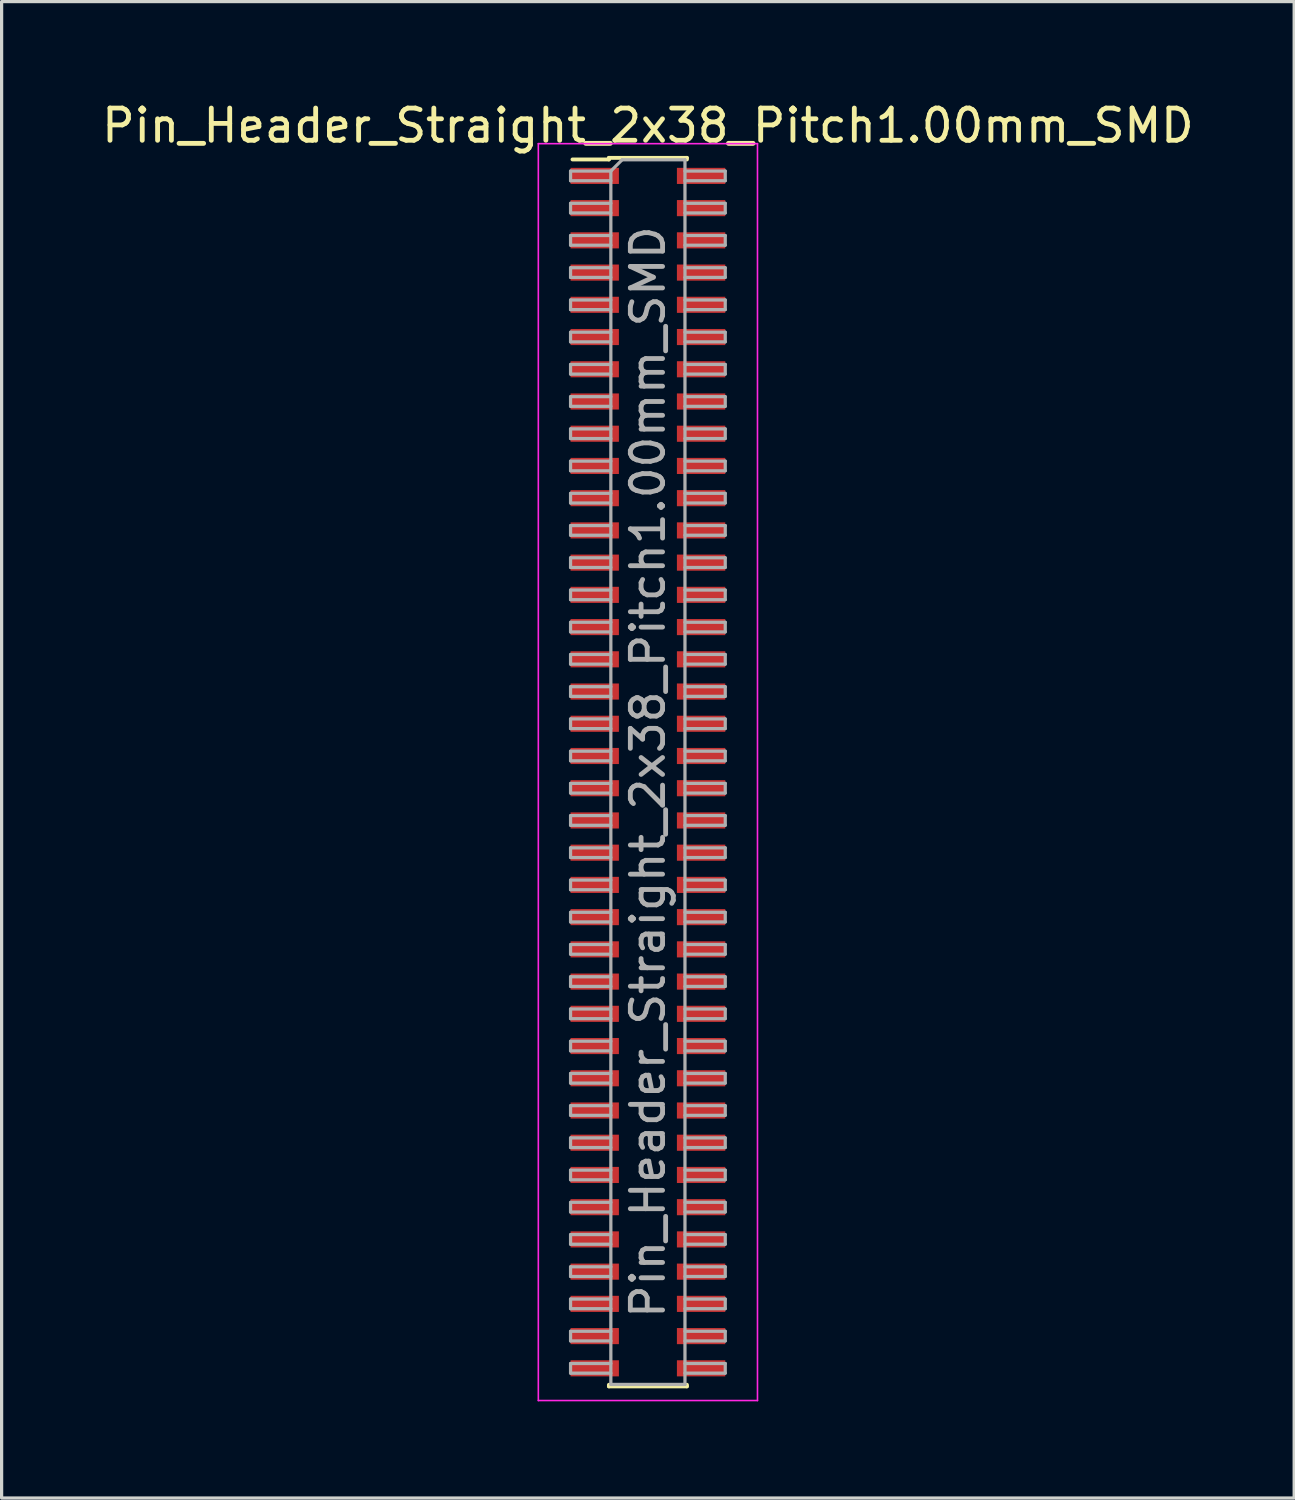
<source format=kicad_pcb>
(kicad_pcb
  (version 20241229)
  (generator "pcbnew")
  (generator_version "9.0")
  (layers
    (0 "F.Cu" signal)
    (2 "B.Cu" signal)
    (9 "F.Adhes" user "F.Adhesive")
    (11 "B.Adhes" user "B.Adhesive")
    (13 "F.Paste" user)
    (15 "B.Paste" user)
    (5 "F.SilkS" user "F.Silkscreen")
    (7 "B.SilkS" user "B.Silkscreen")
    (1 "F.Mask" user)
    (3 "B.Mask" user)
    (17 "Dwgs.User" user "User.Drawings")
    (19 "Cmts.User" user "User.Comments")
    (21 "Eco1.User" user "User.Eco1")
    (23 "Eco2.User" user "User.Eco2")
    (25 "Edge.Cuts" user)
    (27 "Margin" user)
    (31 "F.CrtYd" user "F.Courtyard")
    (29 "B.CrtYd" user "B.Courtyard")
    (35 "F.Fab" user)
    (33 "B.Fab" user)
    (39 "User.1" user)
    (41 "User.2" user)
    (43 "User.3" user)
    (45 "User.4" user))
  (footprint "Pin_Header_Straight_2x38_Pitch1.00mm_SMD"
    (layer "F.Cu")
    (at 17.054 20.908)
    (property "Reference" "Pin_Header_Straight_2x38_Pitch1.00mm_SMD" (at 0 -20.06 0) (layer "F.SilkS") (effects (font (size 1 1) (thickness 0.15))))
    (attr smd)
    (fp_line (start -2.34 -19.01) (end -1.21 -19.01) (stroke (width 0.12) (type solid)) (layer "F.SilkS"))
    (fp_line (start -1.21 -19.06) (end -1.21 -19.01) (stroke (width 0.12) (type solid)) (layer "F.SilkS"))
    (fp_line (start -1.21 -19.06) (end 1.21 -19.06) (stroke (width 0.12) (type solid)) (layer "F.SilkS"))
    (fp_line (start -1.21 19.01) (end -1.21 19.06) (stroke (width 0.12) (type solid)) (layer "F.SilkS"))
    (fp_line (start -1.21 19.06) (end 1.21 19.06) (stroke (width 0.12) (type solid)) (layer "F.SilkS"))
    (fp_line (start 1.21 -19.06) (end 1.21 -19.01) (stroke (width 0.12) (type solid)) (layer "F.SilkS"))
    (fp_line (start 1.21 19.01) (end 1.21 19.06) (stroke (width 0.12) (type solid)) (layer "F.SilkS"))
    (fp_line (start -3.4 -19.5) (end -3.4 19.5) (stroke (width 0.05) (type solid)) (layer "F.CrtYd"))
    (fp_line (start -3.4 19.5) (end 3.4 19.5) (stroke (width 0.05) (type solid)) (layer "F.CrtYd"))
    (fp_line (start 3.4 -19.5) (end -3.4 -19.5) (stroke (width 0.05) (type solid)) (layer "F.CrtYd"))
    (fp_line (start 3.4 19.5) (end 3.4 -19.5) (stroke (width 0.05) (type solid)) (layer "F.CrtYd"))
    (fp_line (start -2.4 -18.65) (end -2.4 -18.35) (stroke (width 0.1) (type solid)) (layer "F.Fab"))
    (fp_line (start -2.4 -18.35) (end -1.15 -18.35) (stroke (width 0.1) (type solid)) (layer "F.Fab"))
    (fp_line (start -2.4 -17.65) (end -2.4 -17.35) (stroke (width 0.1) (type solid)) (layer "F.Fab"))
    (fp_line (start -2.4 -17.35) (end -1.15 -17.35) (stroke (width 0.1) (type solid)) (layer "F.Fab"))
    (fp_line (start -2.4 -16.65) (end -2.4 -16.35) (stroke (width 0.1) (type solid)) (layer "F.Fab"))
    (fp_line (start -2.4 -16.35) (end -1.15 -16.35) (stroke (width 0.1) (type solid)) (layer "F.Fab"))
    (fp_line (start -2.4 -15.65) (end -2.4 -15.35) (stroke (width 0.1) (type solid)) (layer "F.Fab"))
    (fp_line (start -2.4 -15.35) (end -1.15 -15.35) (stroke (width 0.1) (type solid)) (layer "F.Fab"))
    (fp_line (start -2.4 -14.65) (end -2.4 -14.35) (stroke (width 0.1) (type solid)) (layer "F.Fab"))
    (fp_line (start -2.4 -14.35) (end -1.15 -14.35) (stroke (width 0.1) (type solid)) (layer "F.Fab"))
    (fp_line (start -2.4 -13.65) (end -2.4 -13.35) (stroke (width 0.1) (type solid)) (layer "F.Fab"))
    (fp_line (start -2.4 -13.35) (end -1.15 -13.35) (stroke (width 0.1) (type solid)) (layer "F.Fab"))
    (fp_line (start -2.4 -12.65) (end -2.4 -12.35) (stroke (width 0.1) (type solid)) (layer "F.Fab"))
    (fp_line (start -2.4 -12.35) (end -1.15 -12.35) (stroke (width 0.1) (type solid)) (layer "F.Fab"))
    (fp_line (start -2.4 -11.65) (end -2.4 -11.35) (stroke (width 0.1) (type solid)) (layer "F.Fab"))
    (fp_line (start -2.4 -11.35) (end -1.15 -11.35) (stroke (width 0.1) (type solid)) (layer "F.Fab"))
    (fp_line (start -2.4 -10.65) (end -2.4 -10.35) (stroke (width 0.1) (type solid)) (layer "F.Fab"))
    (fp_line (start -2.4 -10.35) (end -1.15 -10.35) (stroke (width 0.1) (type solid)) (layer "F.Fab"))
    (fp_line (start -2.4 -9.65) (end -2.4 -9.35) (stroke (width 0.1) (type solid)) (layer "F.Fab"))
    (fp_line (start -2.4 -9.35) (end -1.15 -9.35) (stroke (width 0.1) (type solid)) (layer "F.Fab"))
    (fp_line (start -2.4 -8.65) (end -2.4 -8.35) (stroke (width 0.1) (type solid)) (layer "F.Fab"))
    (fp_line (start -2.4 -8.35) (end -1.15 -8.35) (stroke (width 0.1) (type solid)) (layer "F.Fab"))
    (fp_line (start -2.4 -7.65) (end -2.4 -7.35) (stroke (width 0.1) (type solid)) (layer "F.Fab"))
    (fp_line (start -2.4 -7.35) (end -1.15 -7.35) (stroke (width 0.1) (type solid)) (layer "F.Fab"))
    (fp_line (start -2.4 -6.65) (end -2.4 -6.35) (stroke (width 0.1) (type solid)) (layer "F.Fab"))
    (fp_line (start -2.4 -6.35) (end -1.15 -6.35) (stroke (width 0.1) (type solid)) (layer "F.Fab"))
    (fp_line (start -2.4 -5.65) (end -2.4 -5.35) (stroke (width 0.1) (type solid)) (layer "F.Fab"))
    (fp_line (start -2.4 -5.35) (end -1.15 -5.35) (stroke (width 0.1) (type solid)) (layer "F.Fab"))
    (fp_line (start -2.4 -4.65) (end -2.4 -4.35) (stroke (width 0.1) (type solid)) (layer "F.Fab"))
    (fp_line (start -2.4 -4.35) (end -1.15 -4.35) (stroke (width 0.1) (type solid)) (layer "F.Fab"))
    (fp_line (start -2.4 -3.65) (end -2.4 -3.35) (stroke (width 0.1) (type solid)) (layer "F.Fab"))
    (fp_line (start -2.4 -3.35) (end -1.15 -3.35) (stroke (width 0.1) (type solid)) (layer "F.Fab"))
    (fp_line (start -2.4 -2.65) (end -2.4 -2.35) (stroke (width 0.1) (type solid)) (layer "F.Fab"))
    (fp_line (start -2.4 -2.35) (end -1.15 -2.35) (stroke (width 0.1) (type solid)) (layer "F.Fab"))
    (fp_line (start -2.4 -1.65) (end -2.4 -1.35) (stroke (width 0.1) (type solid)) (layer "F.Fab"))
    (fp_line (start -2.4 -1.35) (end -1.15 -1.35) (stroke (width 0.1) (type solid)) (layer "F.Fab"))
    (fp_line (start -2.4 -0.65) (end -2.4 -0.35) (stroke (width 0.1) (type solid)) (layer "F.Fab"))
    (fp_line (start -2.4 -0.35) (end -1.15 -0.35) (stroke (width 0.1) (type solid)) (layer "F.Fab"))
    (fp_line (start -2.4 0.35) (end -2.4 0.65) (stroke (width 0.1) (type solid)) (layer "F.Fab"))
    (fp_line (start -2.4 0.65) (end -1.15 0.65) (stroke (width 0.1) (type solid)) (layer "F.Fab"))
    (fp_line (start -2.4 1.35) (end -2.4 1.65) (stroke (width 0.1) (type solid)) (layer "F.Fab"))
    (fp_line (start -2.4 1.65) (end -1.15 1.65) (stroke (width 0.1) (type solid)) (layer "F.Fab"))
    (fp_line (start -2.4 2.35) (end -2.4 2.65) (stroke (width 0.1) (type solid)) (layer "F.Fab"))
    (fp_line (start -2.4 2.65) (end -1.15 2.65) (stroke (width 0.1) (type solid)) (layer "F.Fab"))
    (fp_line (start -2.4 3.35) (end -2.4 3.65) (stroke (width 0.1) (type solid)) (layer "F.Fab"))
    (fp_line (start -2.4 3.65) (end -1.15 3.65) (stroke (width 0.1) (type solid)) (layer "F.Fab"))
    (fp_line (start -2.4 4.35) (end -2.4 4.65) (stroke (width 0.1) (type solid)) (layer "F.Fab"))
    (fp_line (start -2.4 4.65) (end -1.15 4.65) (stroke (width 0.1) (type solid)) (layer "F.Fab"))
    (fp_line (start -2.4 5.35) (end -2.4 5.65) (stroke (width 0.1) (type solid)) (layer "F.Fab"))
    (fp_line (start -2.4 5.65) (end -1.15 5.65) (stroke (width 0.1) (type solid)) (layer "F.Fab"))
    (fp_line (start -2.4 6.35) (end -2.4 6.65) (stroke (width 0.1) (type solid)) (layer "F.Fab"))
    (fp_line (start -2.4 6.65) (end -1.15 6.65) (stroke (width 0.1) (type solid)) (layer "F.Fab"))
    (fp_line (start -2.4 7.35) (end -2.4 7.65) (stroke (width 0.1) (type solid)) (layer "F.Fab"))
    (fp_line (start -2.4 7.65) (end -1.15 7.65) (stroke (width 0.1) (type solid)) (layer "F.Fab"))
    (fp_line (start -2.4 8.35) (end -2.4 8.65) (stroke (width 0.1) (type solid)) (layer "F.Fab"))
    (fp_line (start -2.4 8.65) (end -1.15 8.65) (stroke (width 0.1) (type solid)) (layer "F.Fab"))
    (fp_line (start -2.4 9.35) (end -2.4 9.65) (stroke (width 0.1) (type solid)) (layer "F.Fab"))
    (fp_line (start -2.4 9.65) (end -1.15 9.65) (stroke (width 0.1) (type solid)) (layer "F.Fab"))
    (fp_line (start -2.4 10.35) (end -2.4 10.65) (stroke (width 0.1) (type solid)) (layer "F.Fab"))
    (fp_line (start -2.4 10.65) (end -1.15 10.65) (stroke (width 0.1) (type solid)) (layer "F.Fab"))
    (fp_line (start -2.4 11.35) (end -2.4 11.65) (stroke (width 0.1) (type solid)) (layer "F.Fab"))
    (fp_line (start -2.4 11.65) (end -1.15 11.65) (stroke (width 0.1) (type solid)) (layer "F.Fab"))
    (fp_line (start -2.4 12.35) (end -2.4 12.65) (stroke (width 0.1) (type solid)) (layer "F.Fab"))
    (fp_line (start -2.4 12.65) (end -1.15 12.65) (stroke (width 0.1) (type solid)) (layer "F.Fab"))
    (fp_line (start -2.4 13.35) (end -2.4 13.65) (stroke (width 0.1) (type solid)) (layer "F.Fab"))
    (fp_line (start -2.4 13.65) (end -1.15 13.65) (stroke (width 0.1) (type solid)) (layer "F.Fab"))
    (fp_line (start -2.4 14.35) (end -2.4 14.65) (stroke (width 0.1) (type solid)) (layer "F.Fab"))
    (fp_line (start -2.4 14.65) (end -1.15 14.65) (stroke (width 0.1) (type solid)) (layer "F.Fab"))
    (fp_line (start -2.4 15.35) (end -2.4 15.65) (stroke (width 0.1) (type solid)) (layer "F.Fab"))
    (fp_line (start -2.4 15.65) (end -1.15 15.65) (stroke (width 0.1) (type solid)) (layer "F.Fab"))
    (fp_line (start -2.4 16.35) (end -2.4 16.65) (stroke (width 0.1) (type solid)) (layer "F.Fab"))
    (fp_line (start -2.4 16.65) (end -1.15 16.65) (stroke (width 0.1) (type solid)) (layer "F.Fab"))
    (fp_line (start -2.4 17.35) (end -2.4 17.65) (stroke (width 0.1) (type solid)) (layer "F.Fab"))
    (fp_line (start -2.4 17.65) (end -1.15 17.65) (stroke (width 0.1) (type solid)) (layer "F.Fab"))
    (fp_line (start -2.4 18.35) (end -2.4 18.65) (stroke (width 0.1) (type solid)) (layer "F.Fab"))
    (fp_line (start -2.4 18.65) (end -1.15 18.65) (stroke (width 0.1) (type solid)) (layer "F.Fab"))
    (fp_line (start -1.15 -18.65) (end -2.4 -18.65) (stroke (width 0.1) (type solid)) (layer "F.Fab"))
    (fp_line (start -1.15 -18.65) (end -0.8 -19) (stroke (width 0.1) (type solid)) (layer "F.Fab"))
    (fp_line (start -1.15 -17.65) (end -2.4 -17.65) (stroke (width 0.1) (type solid)) (layer "F.Fab"))
    (fp_line (start -1.15 -16.65) (end -2.4 -16.65) (stroke (width 0.1) (type solid)) (layer "F.Fab"))
    (fp_line (start -1.15 -15.65) (end -2.4 -15.65) (stroke (width 0.1) (type solid)) (layer "F.Fab"))
    (fp_line (start -1.15 -14.65) (end -2.4 -14.65) (stroke (width 0.1) (type solid)) (layer "F.Fab"))
    (fp_line (start -1.15 -13.65) (end -2.4 -13.65) (stroke (width 0.1) (type solid)) (layer "F.Fab"))
    (fp_line (start -1.15 -12.65) (end -2.4 -12.65) (stroke (width 0.1) (type solid)) (layer "F.Fab"))
    (fp_line (start -1.15 -11.65) (end -2.4 -11.65) (stroke (width 0.1) (type solid)) (layer "F.Fab"))
    (fp_line (start -1.15 -10.65) (end -2.4 -10.65) (stroke (width 0.1) (type solid)) (layer "F.Fab"))
    (fp_line (start -1.15 -9.65) (end -2.4 -9.65) (stroke (width 0.1) (type solid)) (layer "F.Fab"))
    (fp_line (start -1.15 -8.65) (end -2.4 -8.65) (stroke (width 0.1) (type solid)) (layer "F.Fab"))
    (fp_line (start -1.15 -7.65) (end -2.4 -7.65) (stroke (width 0.1) (type solid)) (layer "F.Fab"))
    (fp_line (start -1.15 -6.65) (end -2.4 -6.65) (stroke (width 0.1) (type solid)) (layer "F.Fab"))
    (fp_line (start -1.15 -5.65) (end -2.4 -5.65) (stroke (width 0.1) (type solid)) (layer "F.Fab"))
    (fp_line (start -1.15 -4.65) (end -2.4 -4.65) (stroke (width 0.1) (type solid)) (layer "F.Fab"))
    (fp_line (start -1.15 -3.65) (end -2.4 -3.65) (stroke (width 0.1) (type solid)) (layer "F.Fab"))
    (fp_line (start -1.15 -2.65) (end -2.4 -2.65) (stroke (width 0.1) (type solid)) (layer "F.Fab"))
    (fp_line (start -1.15 -1.65) (end -2.4 -1.65) (stroke (width 0.1) (type solid)) (layer "F.Fab"))
    (fp_line (start -1.15 -0.65) (end -2.4 -0.65) (stroke (width 0.1) (type solid)) (layer "F.Fab"))
    (fp_line (start -1.15 0.35) (end -2.4 0.35) (stroke (width 0.1) (type solid)) (layer "F.Fab"))
    (fp_line (start -1.15 1.35) (end -2.4 1.35) (stroke (width 0.1) (type solid)) (layer "F.Fab"))
    (fp_line (start -1.15 2.35) (end -2.4 2.35) (stroke (width 0.1) (type solid)) (layer "F.Fab"))
    (fp_line (start -1.15 3.35) (end -2.4 3.35) (stroke (width 0.1) (type solid)) (layer "F.Fab"))
    (fp_line (start -1.15 4.35) (end -2.4 4.35) (stroke (width 0.1) (type solid)) (layer "F.Fab"))
    (fp_line (start -1.15 5.35) (end -2.4 5.35) (stroke (width 0.1) (type solid)) (layer "F.Fab"))
    (fp_line (start -1.15 6.35) (end -2.4 6.35) (stroke (width 0.1) (type solid)) (layer "F.Fab"))
    (fp_line (start -1.15 7.35) (end -2.4 7.35) (stroke (width 0.1) (type solid)) (layer "F.Fab"))
    (fp_line (start -1.15 8.35) (end -2.4 8.35) (stroke (width 0.1) (type solid)) (layer "F.Fab"))
    (fp_line (start -1.15 9.35) (end -2.4 9.35) (stroke (width 0.1) (type solid)) (layer "F.Fab"))
    (fp_line (start -1.15 10.35) (end -2.4 10.35) (stroke (width 0.1) (type solid)) (layer "F.Fab"))
    (fp_line (start -1.15 11.35) (end -2.4 11.35) (stroke (width 0.1) (type solid)) (layer "F.Fab"))
    (fp_line (start -1.15 12.35) (end -2.4 12.35) (stroke (width 0.1) (type solid)) (layer "F.Fab"))
    (fp_line (start -1.15 13.35) (end -2.4 13.35) (stroke (width 0.1) (type solid)) (layer "F.Fab"))
    (fp_line (start -1.15 14.35) (end -2.4 14.35) (stroke (width 0.1) (type solid)) (layer "F.Fab"))
    (fp_line (start -1.15 15.35) (end -2.4 15.35) (stroke (width 0.1) (type solid)) (layer "F.Fab"))
    (fp_line (start -1.15 16.35) (end -2.4 16.35) (stroke (width 0.1) (type solid)) (layer "F.Fab"))
    (fp_line (start -1.15 17.35) (end -2.4 17.35) (stroke (width 0.1) (type solid)) (layer "F.Fab"))
    (fp_line (start -1.15 18.35) (end -2.4 18.35) (stroke (width 0.1) (type solid)) (layer "F.Fab"))
    (fp_line (start -1.15 19) (end -1.15 -18.65) (stroke (width 0.1) (type solid)) (layer "F.Fab"))
    (fp_line (start -0.8 -19) (end 1.15 -19) (stroke (width 0.1) (type solid)) (layer "F.Fab"))
    (fp_line (start 1.15 -19) (end 1.15 19) (stroke (width 0.1) (type solid)) (layer "F.Fab"))
    (fp_line (start 1.15 -18.65) (end 2.4 -18.65) (stroke (width 0.1) (type solid)) (layer "F.Fab"))
    (fp_line (start 1.15 -17.65) (end 2.4 -17.65) (stroke (width 0.1) (type solid)) (layer "F.Fab"))
    (fp_line (start 1.15 -16.65) (end 2.4 -16.65) (stroke (width 0.1) (type solid)) (layer "F.Fab"))
    (fp_line (start 1.15 -15.65) (end 2.4 -15.65) (stroke (width 0.1) (type solid)) (layer "F.Fab"))
    (fp_line (start 1.15 -14.65) (end 2.4 -14.65) (stroke (width 0.1) (type solid)) (layer "F.Fab"))
    (fp_line (start 1.15 -13.65) (end 2.4 -13.65) (stroke (width 0.1) (type solid)) (layer "F.Fab"))
    (fp_line (start 1.15 -12.65) (end 2.4 -12.65) (stroke (width 0.1) (type solid)) (layer "F.Fab"))
    (fp_line (start 1.15 -11.65) (end 2.4 -11.65) (stroke (width 0.1) (type solid)) (layer "F.Fab"))
    (fp_line (start 1.15 -10.65) (end 2.4 -10.65) (stroke (width 0.1) (type solid)) (layer "F.Fab"))
    (fp_line (start 1.15 -9.65) (end 2.4 -9.65) (stroke (width 0.1) (type solid)) (layer "F.Fab"))
    (fp_line (start 1.15 -8.65) (end 2.4 -8.65) (stroke (width 0.1) (type solid)) (layer "F.Fab"))
    (fp_line (start 1.15 -7.65) (end 2.4 -7.65) (stroke (width 0.1) (type solid)) (layer "F.Fab"))
    (fp_line (start 1.15 -6.65) (end 2.4 -6.65) (stroke (width 0.1) (type solid)) (layer "F.Fab"))
    (fp_line (start 1.15 -5.65) (end 2.4 -5.65) (stroke (width 0.1) (type solid)) (layer "F.Fab"))
    (fp_line (start 1.15 -4.65) (end 2.4 -4.65) (stroke (width 0.1) (type solid)) (layer "F.Fab"))
    (fp_line (start 1.15 -3.65) (end 2.4 -3.65) (stroke (width 0.1) (type solid)) (layer "F.Fab"))
    (fp_line (start 1.15 -2.65) (end 2.4 -2.65) (stroke (width 0.1) (type solid)) (layer "F.Fab"))
    (fp_line (start 1.15 -1.65) (end 2.4 -1.65) (stroke (width 0.1) (type solid)) (layer "F.Fab"))
    (fp_line (start 1.15 -0.65) (end 2.4 -0.65) (stroke (width 0.1) (type solid)) (layer "F.Fab"))
    (fp_line (start 1.15 0.35) (end 2.4 0.35) (stroke (width 0.1) (type solid)) (layer "F.Fab"))
    (fp_line (start 1.15 1.35) (end 2.4 1.35) (stroke (width 0.1) (type solid)) (layer "F.Fab"))
    (fp_line (start 1.15 2.35) (end 2.4 2.35) (stroke (width 0.1) (type solid)) (layer "F.Fab"))
    (fp_line (start 1.15 3.35) (end 2.4 3.35) (stroke (width 0.1) (type solid)) (layer "F.Fab"))
    (fp_line (start 1.15 4.35) (end 2.4 4.35) (stroke (width 0.1) (type solid)) (layer "F.Fab"))
    (fp_line (start 1.15 5.35) (end 2.4 5.35) (stroke (width 0.1) (type solid)) (layer "F.Fab"))
    (fp_line (start 1.15 6.35) (end 2.4 6.35) (stroke (width 0.1) (type solid)) (layer "F.Fab"))
    (fp_line (start 1.15 7.35) (end 2.4 7.35) (stroke (width 0.1) (type solid)) (layer "F.Fab"))
    (fp_line (start 1.15 8.35) (end 2.4 8.35) (stroke (width 0.1) (type solid)) (layer "F.Fab"))
    (fp_line (start 1.15 9.35) (end 2.4 9.35) (stroke (width 0.1) (type solid)) (layer "F.Fab"))
    (fp_line (start 1.15 10.35) (end 2.4 10.35) (stroke (width 0.1) (type solid)) (layer "F.Fab"))
    (fp_line (start 1.15 11.35) (end 2.4 11.35) (stroke (width 0.1) (type solid)) (layer "F.Fab"))
    (fp_line (start 1.15 12.35) (end 2.4 12.35) (stroke (width 0.1) (type solid)) (layer "F.Fab"))
    (fp_line (start 1.15 13.35) (end 2.4 13.35) (stroke (width 0.1) (type solid)) (layer "F.Fab"))
    (fp_line (start 1.15 14.35) (end 2.4 14.35) (stroke (width 0.1) (type solid)) (layer "F.Fab"))
    (fp_line (start 1.15 15.35) (end 2.4 15.35) (stroke (width 0.1) (type solid)) (layer "F.Fab"))
    (fp_line (start 1.15 16.35) (end 2.4 16.35) (stroke (width 0.1) (type solid)) (layer "F.Fab"))
    (fp_line (start 1.15 17.35) (end 2.4 17.35) (stroke (width 0.1) (type solid)) (layer "F.Fab"))
    (fp_line (start 1.15 18.35) (end 2.4 18.35) (stroke (width 0.1) (type solid)) (layer "F.Fab"))
    (fp_line (start 1.15 19) (end -1.15 19) (stroke (width 0.1) (type solid)) (layer "F.Fab"))
    (fp_line (start 2.4 -18.65) (end 2.4 -18.35) (stroke (width 0.1) (type solid)) (layer "F.Fab"))
    (fp_line (start 2.4 -18.35) (end 1.15 -18.35) (stroke (width 0.1) (type solid)) (layer "F.Fab"))
    (fp_line (start 2.4 -17.65) (end 2.4 -17.35) (stroke (width 0.1) (type solid)) (layer "F.Fab"))
    (fp_line (start 2.4 -17.35) (end 1.15 -17.35) (stroke (width 0.1) (type solid)) (layer "F.Fab"))
    (fp_line (start 2.4 -16.65) (end 2.4 -16.35) (stroke (width 0.1) (type solid)) (layer "F.Fab"))
    (fp_line (start 2.4 -16.35) (end 1.15 -16.35) (stroke (width 0.1) (type solid)) (layer "F.Fab"))
    (fp_line (start 2.4 -15.65) (end 2.4 -15.35) (stroke (width 0.1) (type solid)) (layer "F.Fab"))
    (fp_line (start 2.4 -15.35) (end 1.15 -15.35) (stroke (width 0.1) (type solid)) (layer "F.Fab"))
    (fp_line (start 2.4 -14.65) (end 2.4 -14.35) (stroke (width 0.1) (type solid)) (layer "F.Fab"))
    (fp_line (start 2.4 -14.35) (end 1.15 -14.35) (stroke (width 0.1) (type solid)) (layer "F.Fab"))
    (fp_line (start 2.4 -13.65) (end 2.4 -13.35) (stroke (width 0.1) (type solid)) (layer "F.Fab"))
    (fp_line (start 2.4 -13.35) (end 1.15 -13.35) (stroke (width 0.1) (type solid)) (layer "F.Fab"))
    (fp_line (start 2.4 -12.65) (end 2.4 -12.35) (stroke (width 0.1) (type solid)) (layer "F.Fab"))
    (fp_line (start 2.4 -12.35) (end 1.15 -12.35) (stroke (width 0.1) (type solid)) (layer "F.Fab"))
    (fp_line (start 2.4 -11.65) (end 2.4 -11.35) (stroke (width 0.1) (type solid)) (layer "F.Fab"))
    (fp_line (start 2.4 -11.35) (end 1.15 -11.35) (stroke (width 0.1) (type solid)) (layer "F.Fab"))
    (fp_line (start 2.4 -10.65) (end 2.4 -10.35) (stroke (width 0.1) (type solid)) (layer "F.Fab"))
    (fp_line (start 2.4 -10.35) (end 1.15 -10.35) (stroke (width 0.1) (type solid)) (layer "F.Fab"))
    (fp_line (start 2.4 -9.65) (end 2.4 -9.35) (stroke (width 0.1) (type solid)) (layer "F.Fab"))
    (fp_line (start 2.4 -9.35) (end 1.15 -9.35) (stroke (width 0.1) (type solid)) (layer "F.Fab"))
    (fp_line (start 2.4 -8.65) (end 2.4 -8.35) (stroke (width 0.1) (type solid)) (layer "F.Fab"))
    (fp_line (start 2.4 -8.35) (end 1.15 -8.35) (stroke (width 0.1) (type solid)) (layer "F.Fab"))
    (fp_line (start 2.4 -7.65) (end 2.4 -7.35) (stroke (width 0.1) (type solid)) (layer "F.Fab"))
    (fp_line (start 2.4 -7.35) (end 1.15 -7.35) (stroke (width 0.1) (type solid)) (layer "F.Fab"))
    (fp_line (start 2.4 -6.65) (end 2.4 -6.35) (stroke (width 0.1) (type solid)) (layer "F.Fab"))
    (fp_line (start 2.4 -6.35) (end 1.15 -6.35) (stroke (width 0.1) (type solid)) (layer "F.Fab"))
    (fp_line (start 2.4 -5.65) (end 2.4 -5.35) (stroke (width 0.1) (type solid)) (layer "F.Fab"))
    (fp_line (start 2.4 -5.35) (end 1.15 -5.35) (stroke (width 0.1) (type solid)) (layer "F.Fab"))
    (fp_line (start 2.4 -4.65) (end 2.4 -4.35) (stroke (width 0.1) (type solid)) (layer "F.Fab"))
    (fp_line (start 2.4 -4.35) (end 1.15 -4.35) (stroke (width 0.1) (type solid)) (layer "F.Fab"))
    (fp_line (start 2.4 -3.65) (end 2.4 -3.35) (stroke (width 0.1) (type solid)) (layer "F.Fab"))
    (fp_line (start 2.4 -3.35) (end 1.15 -3.35) (stroke (width 0.1) (type solid)) (layer "F.Fab"))
    (fp_line (start 2.4 -2.65) (end 2.4 -2.35) (stroke (width 0.1) (type solid)) (layer "F.Fab"))
    (fp_line (start 2.4 -2.35) (end 1.15 -2.35) (stroke (width 0.1) (type solid)) (layer "F.Fab"))
    (fp_line (start 2.4 -1.65) (end 2.4 -1.35) (stroke (width 0.1) (type solid)) (layer "F.Fab"))
    (fp_line (start 2.4 -1.35) (end 1.15 -1.35) (stroke (width 0.1) (type solid)) (layer "F.Fab"))
    (fp_line (start 2.4 -0.65) (end 2.4 -0.35) (stroke (width 0.1) (type solid)) (layer "F.Fab"))
    (fp_line (start 2.4 -0.35) (end 1.15 -0.35) (stroke (width 0.1) (type solid)) (layer "F.Fab"))
    (fp_line (start 2.4 0.35) (end 2.4 0.65) (stroke (width 0.1) (type solid)) (layer "F.Fab"))
    (fp_line (start 2.4 0.65) (end 1.15 0.65) (stroke (width 0.1) (type solid)) (layer "F.Fab"))
    (fp_line (start 2.4 1.35) (end 2.4 1.65) (stroke (width 0.1) (type solid)) (layer "F.Fab"))
    (fp_line (start 2.4 1.65) (end 1.15 1.65) (stroke (width 0.1) (type solid)) (layer "F.Fab"))
    (fp_line (start 2.4 2.35) (end 2.4 2.65) (stroke (width 0.1) (type solid)) (layer "F.Fab"))
    (fp_line (start 2.4 2.65) (end 1.15 2.65) (stroke (width 0.1) (type solid)) (layer "F.Fab"))
    (fp_line (start 2.4 3.35) (end 2.4 3.65) (stroke (width 0.1) (type solid)) (layer "F.Fab"))
    (fp_line (start 2.4 3.65) (end 1.15 3.65) (stroke (width 0.1) (type solid)) (layer "F.Fab"))
    (fp_line (start 2.4 4.35) (end 2.4 4.65) (stroke (width 0.1) (type solid)) (layer "F.Fab"))
    (fp_line (start 2.4 4.65) (end 1.15 4.65) (stroke (width 0.1) (type solid)) (layer "F.Fab"))
    (fp_line (start 2.4 5.35) (end 2.4 5.65) (stroke (width 0.1) (type solid)) (layer "F.Fab"))
    (fp_line (start 2.4 5.65) (end 1.15 5.65) (stroke (width 0.1) (type solid)) (layer "F.Fab"))
    (fp_line (start 2.4 6.35) (end 2.4 6.65) (stroke (width 0.1) (type solid)) (layer "F.Fab"))
    (fp_line (start 2.4 6.65) (end 1.15 6.65) (stroke (width 0.1) (type solid)) (layer "F.Fab"))
    (fp_line (start 2.4 7.35) (end 2.4 7.65) (stroke (width 0.1) (type solid)) (layer "F.Fab"))
    (fp_line (start 2.4 7.65) (end 1.15 7.65) (stroke (width 0.1) (type solid)) (layer "F.Fab"))
    (fp_line (start 2.4 8.35) (end 2.4 8.65) (stroke (width 0.1) (type solid)) (layer "F.Fab"))
    (fp_line (start 2.4 8.65) (end 1.15 8.65) (stroke (width 0.1) (type solid)) (layer "F.Fab"))
    (fp_line (start 2.4 9.35) (end 2.4 9.65) (stroke (width 0.1) (type solid)) (layer "F.Fab"))
    (fp_line (start 2.4 9.65) (end 1.15 9.65) (stroke (width 0.1) (type solid)) (layer "F.Fab"))
    (fp_line (start 2.4 10.35) (end 2.4 10.65) (stroke (width 0.1) (type solid)) (layer "F.Fab"))
    (fp_line (start 2.4 10.65) (end 1.15 10.65) (stroke (width 0.1) (type solid)) (layer "F.Fab"))
    (fp_line (start 2.4 11.35) (end 2.4 11.65) (stroke (width 0.1) (type solid)) (layer "F.Fab"))
    (fp_line (start 2.4 11.65) (end 1.15 11.65) (stroke (width 0.1) (type solid)) (layer "F.Fab"))
    (fp_line (start 2.4 12.35) (end 2.4 12.65) (stroke (width 0.1) (type solid)) (layer "F.Fab"))
    (fp_line (start 2.4 12.65) (end 1.15 12.65) (stroke (width 0.1) (type solid)) (layer "F.Fab"))
    (fp_line (start 2.4 13.35) (end 2.4 13.65) (stroke (width 0.1) (type solid)) (layer "F.Fab"))
    (fp_line (start 2.4 13.65) (end 1.15 13.65) (stroke (width 0.1) (type solid)) (layer "F.Fab"))
    (fp_line (start 2.4 14.35) (end 2.4 14.65) (stroke (width 0.1) (type solid)) (layer "F.Fab"))
    (fp_line (start 2.4 14.65) (end 1.15 14.65) (stroke (width 0.1) (type solid)) (layer "F.Fab"))
    (fp_line (start 2.4 15.35) (end 2.4 15.65) (stroke (width 0.1) (type solid)) (layer "F.Fab"))
    (fp_line (start 2.4 15.65) (end 1.15 15.65) (stroke (width 0.1) (type solid)) (layer "F.Fab"))
    (fp_line (start 2.4 16.35) (end 2.4 16.65) (stroke (width 0.1) (type solid)) (layer "F.Fab"))
    (fp_line (start 2.4 16.65) (end 1.15 16.65) (stroke (width 0.1) (type solid)) (layer "F.Fab"))
    (fp_line (start 2.4 17.35) (end 2.4 17.65) (stroke (width 0.1) (type solid)) (layer "F.Fab"))
    (fp_line (start 2.4 17.65) (end 1.15 17.65) (stroke (width 0.1) (type solid)) (layer "F.Fab"))
    (fp_line (start 2.4 18.35) (end 2.4 18.65) (stroke (width 0.1) (type solid)) (layer "F.Fab"))
    (fp_line (start 2.4 18.65) (end 1.15 18.65) (stroke (width 0.1) (type solid)) (layer "F.Fab"))
    (fp_text user "${REFERENCE}" (at 0 0 90) (layer "F.Fab") (effects (font (size 1 1) (thickness 0.15))))
    (pad "1" smd rect (at -1.65 -18.5) (size 1.5 0.5) (layers "F.Cu" "F.Mask" "F.Paste"))
    (pad "2" smd rect (at 1.65 -18.5) (size 1.5 0.5) (layers "F.Cu" "F.Mask" "F.Paste"))
    (pad "3" smd rect (at -1.65 -17.5) (size 1.5 0.5) (layers "F.Cu" "F.Mask" "F.Paste"))
    (pad "4" smd rect (at 1.65 -17.5) (size 1.5 0.5) (layers "F.Cu" "F.Mask" "F.Paste"))
    (pad "5" smd rect (at -1.65 -16.5) (size 1.5 0.5) (layers "F.Cu" "F.Mask" "F.Paste"))
    (pad "6" smd rect (at 1.65 -16.5) (size 1.5 0.5) (layers "F.Cu" "F.Mask" "F.Paste"))
    (pad "7" smd rect (at -1.65 -15.5) (size 1.5 0.5) (layers "F.Cu" "F.Mask" "F.Paste"))
    (pad "8" smd rect (at 1.65 -15.5) (size 1.5 0.5) (layers "F.Cu" "F.Mask" "F.Paste"))
    (pad "9" smd rect (at -1.65 -14.5) (size 1.5 0.5) (layers "F.Cu" "F.Mask" "F.Paste"))
    (pad "10" smd rect (at 1.65 -14.5) (size 1.5 0.5) (layers "F.Cu" "F.Mask" "F.Paste"))
    (pad "11" smd rect (at -1.65 -13.5) (size 1.5 0.5) (layers "F.Cu" "F.Mask" "F.Paste"))
    (pad "12" smd rect (at 1.65 -13.5) (size 1.5 0.5) (layers "F.Cu" "F.Mask" "F.Paste"))
    (pad "13" smd rect (at -1.65 -12.5) (size 1.5 0.5) (layers "F.Cu" "F.Mask" "F.Paste"))
    (pad "14" smd rect (at 1.65 -12.5) (size 1.5 0.5) (layers "F.Cu" "F.Mask" "F.Paste"))
    (pad "15" smd rect (at -1.65 -11.5) (size 1.5 0.5) (layers "F.Cu" "F.Mask" "F.Paste"))
    (pad "16" smd rect (at 1.65 -11.5) (size 1.5 0.5) (layers "F.Cu" "F.Mask" "F.Paste"))
    (pad "17" smd rect (at -1.65 -10.5) (size 1.5 0.5) (layers "F.Cu" "F.Mask" "F.Paste"))
    (pad "18" smd rect (at 1.65 -10.5) (size 1.5 0.5) (layers "F.Cu" "F.Mask" "F.Paste"))
    (pad "19" smd rect (at -1.65 -9.5) (size 1.5 0.5) (layers "F.Cu" "F.Mask" "F.Paste"))
    (pad "20" smd rect (at 1.65 -9.5) (size 1.5 0.5) (layers "F.Cu" "F.Mask" "F.Paste"))
    (pad "21" smd rect (at -1.65 -8.5) (size 1.5 0.5) (layers "F.Cu" "F.Mask" "F.Paste"))
    (pad "22" smd rect (at 1.65 -8.5) (size 1.5 0.5) (layers "F.Cu" "F.Mask" "F.Paste"))
    (pad "23" smd rect (at -1.65 -7.5) (size 1.5 0.5) (layers "F.Cu" "F.Mask" "F.Paste"))
    (pad "24" smd rect (at 1.65 -7.5) (size 1.5 0.5) (layers "F.Cu" "F.Mask" "F.Paste"))
    (pad "25" smd rect (at -1.65 -6.5) (size 1.5 0.5) (layers "F.Cu" "F.Mask" "F.Paste"))
    (pad "26" smd rect (at 1.65 -6.5) (size 1.5 0.5) (layers "F.Cu" "F.Mask" "F.Paste"))
    (pad "27" smd rect (at -1.65 -5.5) (size 1.5 0.5) (layers "F.Cu" "F.Mask" "F.Paste"))
    (pad "28" smd rect (at 1.65 -5.5) (size 1.5 0.5) (layers "F.Cu" "F.Mask" "F.Paste"))
    (pad "29" smd rect (at -1.65 -4.5) (size 1.5 0.5) (layers "F.Cu" "F.Mask" "F.Paste"))
    (pad "30" smd rect (at 1.65 -4.5) (size 1.5 0.5) (layers "F.Cu" "F.Mask" "F.Paste"))
    (pad "31" smd rect (at -1.65 -3.5) (size 1.5 0.5) (layers "F.Cu" "F.Mask" "F.Paste"))
    (pad "32" smd rect (at 1.65 -3.5) (size 1.5 0.5) (layers "F.Cu" "F.Mask" "F.Paste"))
    (pad "33" smd rect (at -1.65 -2.5) (size 1.5 0.5) (layers "F.Cu" "F.Mask" "F.Paste"))
    (pad "34" smd rect (at 1.65 -2.5) (size 1.5 0.5) (layers "F.Cu" "F.Mask" "F.Paste"))
    (pad "35" smd rect (at -1.65 -1.5) (size 1.5 0.5) (layers "F.Cu" "F.Mask" "F.Paste"))
    (pad "36" smd rect (at 1.65 -1.5) (size 1.5 0.5) (layers "F.Cu" "F.Mask" "F.Paste"))
    (pad "37" smd rect (at -1.65 -0.5) (size 1.5 0.5) (layers "F.Cu" "F.Mask" "F.Paste"))
    (pad "38" smd rect (at 1.65 -0.5) (size 1.5 0.5) (layers "F.Cu" "F.Mask" "F.Paste"))
    (pad "39" smd rect (at -1.65 0.5) (size 1.5 0.5) (layers "F.Cu" "F.Mask" "F.Paste"))
    (pad "40" smd rect (at 1.65 0.5) (size 1.5 0.5) (layers "F.Cu" "F.Mask" "F.Paste"))
    (pad "41" smd rect (at -1.65 1.5) (size 1.5 0.5) (layers "F.Cu" "F.Mask" "F.Paste"))
    (pad "42" smd rect (at 1.65 1.5) (size 1.5 0.5) (layers "F.Cu" "F.Mask" "F.Paste"))
    (pad "43" smd rect (at -1.65 2.5) (size 1.5 0.5) (layers "F.Cu" "F.Mask" "F.Paste"))
    (pad "44" smd rect (at 1.65 2.5) (size 1.5 0.5) (layers "F.Cu" "F.Mask" "F.Paste"))
    (pad "45" smd rect (at -1.65 3.5) (size 1.5 0.5) (layers "F.Cu" "F.Mask" "F.Paste"))
    (pad "46" smd rect (at 1.65 3.5) (size 1.5 0.5) (layers "F.Cu" "F.Mask" "F.Paste"))
    (pad "47" smd rect (at -1.65 4.5) (size 1.5 0.5) (layers "F.Cu" "F.Mask" "F.Paste"))
    (pad "48" smd rect (at 1.65 4.5) (size 1.5 0.5) (layers "F.Cu" "F.Mask" "F.Paste"))
    (pad "49" smd rect (at -1.65 5.5) (size 1.5 0.5) (layers "F.Cu" "F.Mask" "F.Paste"))
    (pad "50" smd rect (at 1.65 5.5) (size 1.5 0.5) (layers "F.Cu" "F.Mask" "F.Paste"))
    (pad "51" smd rect (at -1.65 6.5) (size 1.5 0.5) (layers "F.Cu" "F.Mask" "F.Paste"))
    (pad "52" smd rect (at 1.65 6.5) (size 1.5 0.5) (layers "F.Cu" "F.Mask" "F.Paste"))
    (pad "53" smd rect (at -1.65 7.5) (size 1.5 0.5) (layers "F.Cu" "F.Mask" "F.Paste"))
    (pad "54" smd rect (at 1.65 7.5) (size 1.5 0.5) (layers "F.Cu" "F.Mask" "F.Paste"))
    (pad "55" smd rect (at -1.65 8.5) (size 1.5 0.5) (layers "F.Cu" "F.Mask" "F.Paste"))
    (pad "56" smd rect (at 1.65 8.5) (size 1.5 0.5) (layers "F.Cu" "F.Mask" "F.Paste"))
    (pad "57" smd rect (at -1.65 9.5) (size 1.5 0.5) (layers "F.Cu" "F.Mask" "F.Paste"))
    (pad "58" smd rect (at 1.65 9.5) (size 1.5 0.5) (layers "F.Cu" "F.Mask" "F.Paste"))
    (pad "59" smd rect (at -1.65 10.5) (size 1.5 0.5) (layers "F.Cu" "F.Mask" "F.Paste"))
    (pad "60" smd rect (at 1.65 10.5) (size 1.5 0.5) (layers "F.Cu" "F.Mask" "F.Paste"))
    (pad "61" smd rect (at -1.65 11.5) (size 1.5 0.5) (layers "F.Cu" "F.Mask" "F.Paste"))
    (pad "62" smd rect (at 1.65 11.5) (size 1.5 0.5) (layers "F.Cu" "F.Mask" "F.Paste"))
    (pad "63" smd rect (at -1.65 12.5) (size 1.5 0.5) (layers "F.Cu" "F.Mask" "F.Paste"))
    (pad "64" smd rect (at 1.65 12.5) (size 1.5 0.5) (layers "F.Cu" "F.Mask" "F.Paste"))
    (pad "65" smd rect (at -1.65 13.5) (size 1.5 0.5) (layers "F.Cu" "F.Mask" "F.Paste"))
    (pad "66" smd rect (at 1.65 13.5) (size 1.5 0.5) (layers "F.Cu" "F.Mask" "F.Paste"))
    (pad "67" smd rect (at -1.65 14.5) (size 1.5 0.5) (layers "F.Cu" "F.Mask" "F.Paste"))
    (pad "68" smd rect (at 1.65 14.5) (size 1.5 0.5) (layers "F.Cu" "F.Mask" "F.Paste"))
    (pad "69" smd rect (at -1.65 15.5) (size 1.5 0.5) (layers "F.Cu" "F.Mask" "F.Paste"))
    (pad "70" smd rect (at 1.65 15.5) (size 1.5 0.5) (layers "F.Cu" "F.Mask" "F.Paste"))
    (pad "71" smd rect (at -1.65 16.5) (size 1.5 0.5) (layers "F.Cu" "F.Mask" "F.Paste"))
    (pad "72" smd rect (at 1.65 16.5) (size 1.5 0.5) (layers "F.Cu" "F.Mask" "F.Paste"))
    (pad "73" smd rect (at -1.65 17.5) (size 1.5 0.5) (layers "F.Cu" "F.Mask" "F.Paste"))
    (pad "74" smd rect (at 1.65 17.5) (size 1.5 0.5) (layers "F.Cu" "F.Mask" "F.Paste"))
    (pad "75" smd rect (at -1.65 18.5) (size 1.5 0.5) (layers "F.Cu" "F.Mask" "F.Paste"))
    (pad "76" smd rect (at 1.65 18.5) (size 1.5 0.5) (layers "F.Cu" "F.Mask" "F.Paste")))
  (gr_rect
    (start -3 -3)
    (end 37.107 43.433)
    (stroke (width 0.1) (type default))
    (fill no)
    (layer "Edge.Cuts")))
</source>
